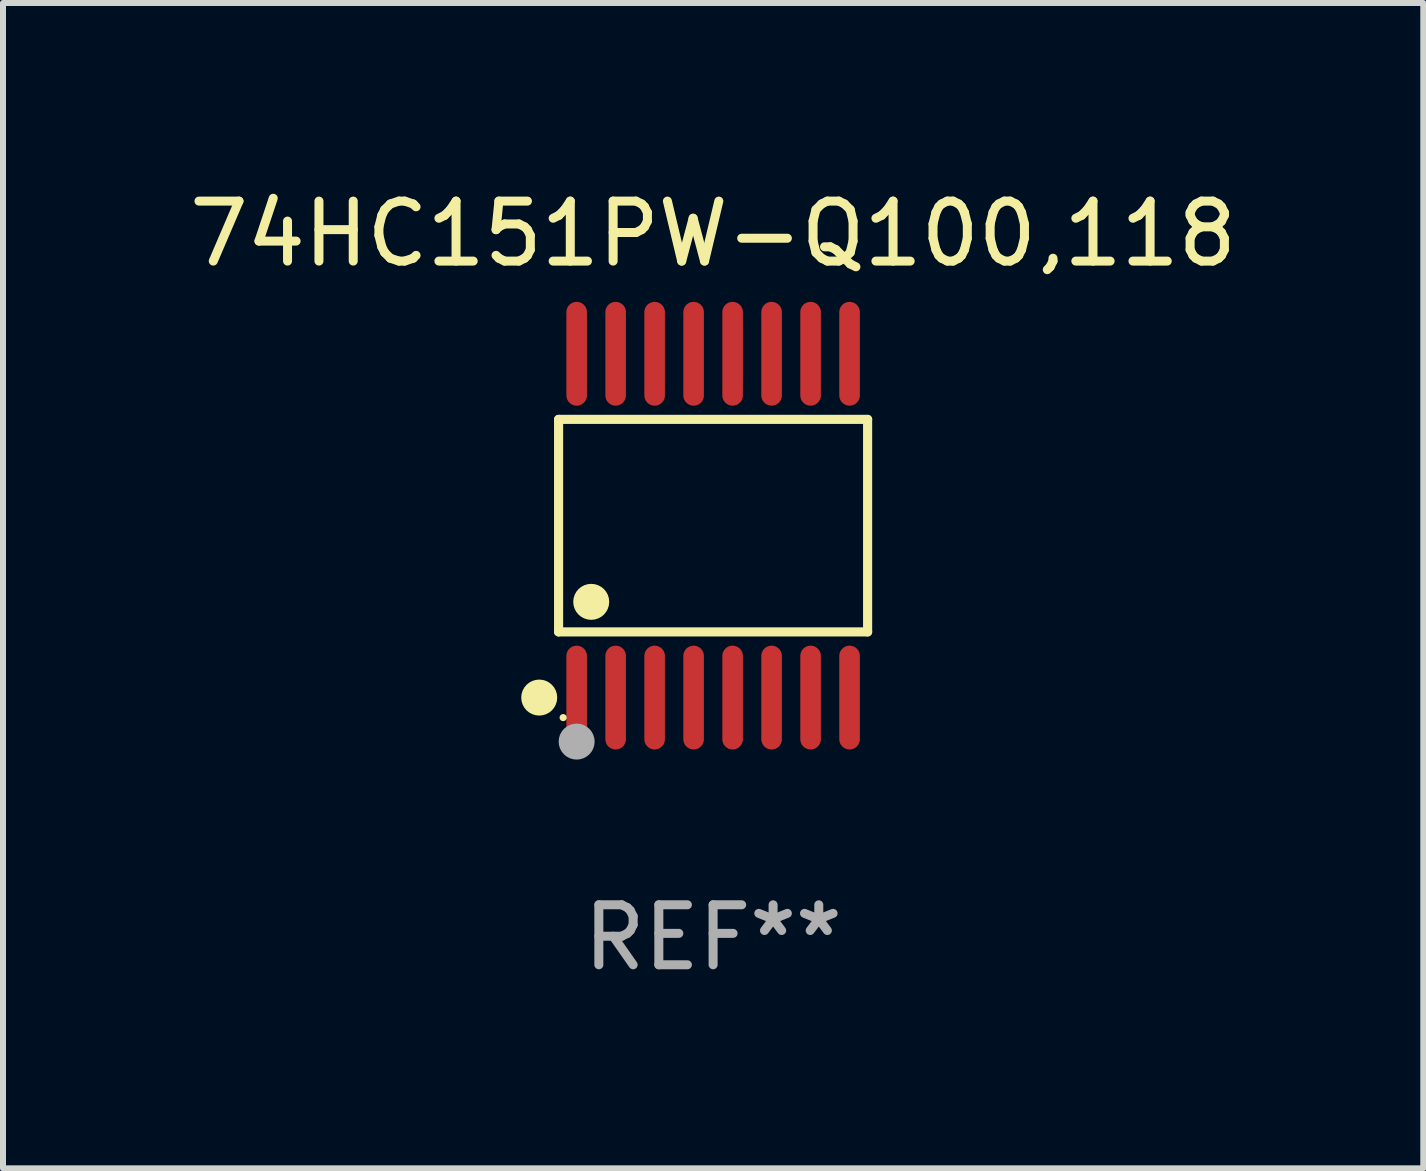
<source format=kicad_pcb>
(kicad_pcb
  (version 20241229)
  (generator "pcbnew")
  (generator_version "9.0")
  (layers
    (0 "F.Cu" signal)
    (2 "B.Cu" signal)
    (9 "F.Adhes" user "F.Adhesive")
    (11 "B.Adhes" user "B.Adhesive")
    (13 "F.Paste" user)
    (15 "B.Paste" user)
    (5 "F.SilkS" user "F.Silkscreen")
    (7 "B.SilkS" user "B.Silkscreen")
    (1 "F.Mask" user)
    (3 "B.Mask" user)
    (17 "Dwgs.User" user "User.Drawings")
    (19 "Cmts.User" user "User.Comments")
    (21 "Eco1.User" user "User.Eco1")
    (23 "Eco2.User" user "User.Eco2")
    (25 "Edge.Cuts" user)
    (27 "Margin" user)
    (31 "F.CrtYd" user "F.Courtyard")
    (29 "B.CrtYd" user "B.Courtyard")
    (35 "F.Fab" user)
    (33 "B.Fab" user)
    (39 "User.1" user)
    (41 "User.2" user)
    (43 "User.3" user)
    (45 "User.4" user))
  (footprint "74HC151PW-Q100,118"
    (layer "F.Cu")
    (at 8.839 5.714)
    (property "Reference" "74HC151PW-Q100,118" (at 0 -4.866 0) (layer "F.SilkS") (effects (font (size 1 1) (thickness 0.15))))
    (attr through_hole)
    (fp_line (start -2.576 -1.772) (end 2.576 -1.772) (stroke (width 0.152) (type solid)) (layer "F.SilkS"))
    (fp_line (start -2.576 1.771) (end -2.576 -1.772) (stroke (width 0.152) (type solid)) (layer "F.SilkS"))
    (fp_line (start 2.576 -1.772) (end 2.576 1.771) (stroke (width 0.152) (type solid)) (layer "F.SilkS"))
    (fp_line (start 2.576 1.771) (end -2.576 1.771) (stroke (width 0.152) (type solid)) (layer "F.SilkS"))
    (fp_circle (center -2.899 2.866) (end -2.749 2.866) (stroke (width 0.3) (type solid)) (fill no) (layer "F.SilkS"))
    (fp_circle (center -2.5 3.2) (end -2.47 3.2) (stroke (width 0.06) (type solid)) (fill no) (layer "F.SilkS"))
    (fp_circle (center -2.032 1.27) (end -1.882 1.27) (stroke (width 0.3) (type solid)) (fill no) (layer "F.SilkS"))
    (fp_circle (center -2.275 3.6) (end -2.125 3.6) (stroke (width 0.3) (type solid)) (fill no) (layer "F.Fab"))
    (fp_text user "REF**" (at 0 6.866 0) (layer "F.Fab") (effects (font (size 1 1) (thickness 0.15))))
    (pad "1" smd oval (at -2.275 2.866) (size 0.343 1.731) (layers "F.Cu" "F.Mask" "F.Paste"))
    (pad "2" smd oval (at -1.625 2.866) (size 0.343 1.731) (layers "F.Cu" "F.Mask" "F.Paste"))
    (pad "3" smd oval (at -0.975 2.866) (size 0.343 1.731) (layers "F.Cu" "F.Mask" "F.Paste"))
    (pad "4" smd oval (at -0.325 2.866) (size 0.343 1.731) (layers "F.Cu" "F.Mask" "F.Paste"))
    (pad "5" smd oval (at 0.325 2.866) (size 0.343 1.731) (layers "F.Cu" "F.Mask" "F.Paste"))
    (pad "6" smd oval (at 0.975 2.866) (size 0.343 1.731) (layers "F.Cu" "F.Mask" "F.Paste"))
    (pad "7" smd oval (at 1.625 2.866) (size 0.343 1.731) (layers "F.Cu" "F.Mask" "F.Paste"))
    (pad "8" smd oval (at 2.275 2.866) (size 0.343 1.731) (layers "F.Cu" "F.Mask" "F.Paste"))
    (pad "9" smd oval (at 2.275 -2.866) (size 0.343 1.731) (layers "F.Cu" "F.Mask" "F.Paste"))
    (pad "10" smd oval (at 1.625 -2.866) (size 0.343 1.731) (layers "F.Cu" "F.Mask" "F.Paste"))
    (pad "11" smd oval (at 0.975 -2.866) (size 0.343 1.731) (layers "F.Cu" "F.Mask" "F.Paste"))
    (pad "12" smd oval (at 0.325 -2.866) (size 0.343 1.731) (layers "F.Cu" "F.Mask" "F.Paste"))
    (pad "13" smd oval (at -0.325 -2.866) (size 0.343 1.731) (layers "F.Cu" "F.Mask" "F.Paste"))
    (pad "14" smd oval (at -0.975 -2.866) (size 0.343 1.731) (layers "F.Cu" "F.Mask" "F.Paste"))
    (pad "15" smd oval (at -1.625 -2.866) (size 0.343 1.731) (layers "F.Cu" "F.Mask" "F.Paste"))
    (pad "16" smd oval (at -2.275 -2.866) (size 0.343 1.731) (layers "F.Cu" "F.Mask" "F.Paste")))
  (gr_rect
    (start -3 -3)
    (end 20.679 16.428)
    (stroke (width 0.1) (type default))
    (fill no)
    (layer "Edge.Cuts")))
</source>
